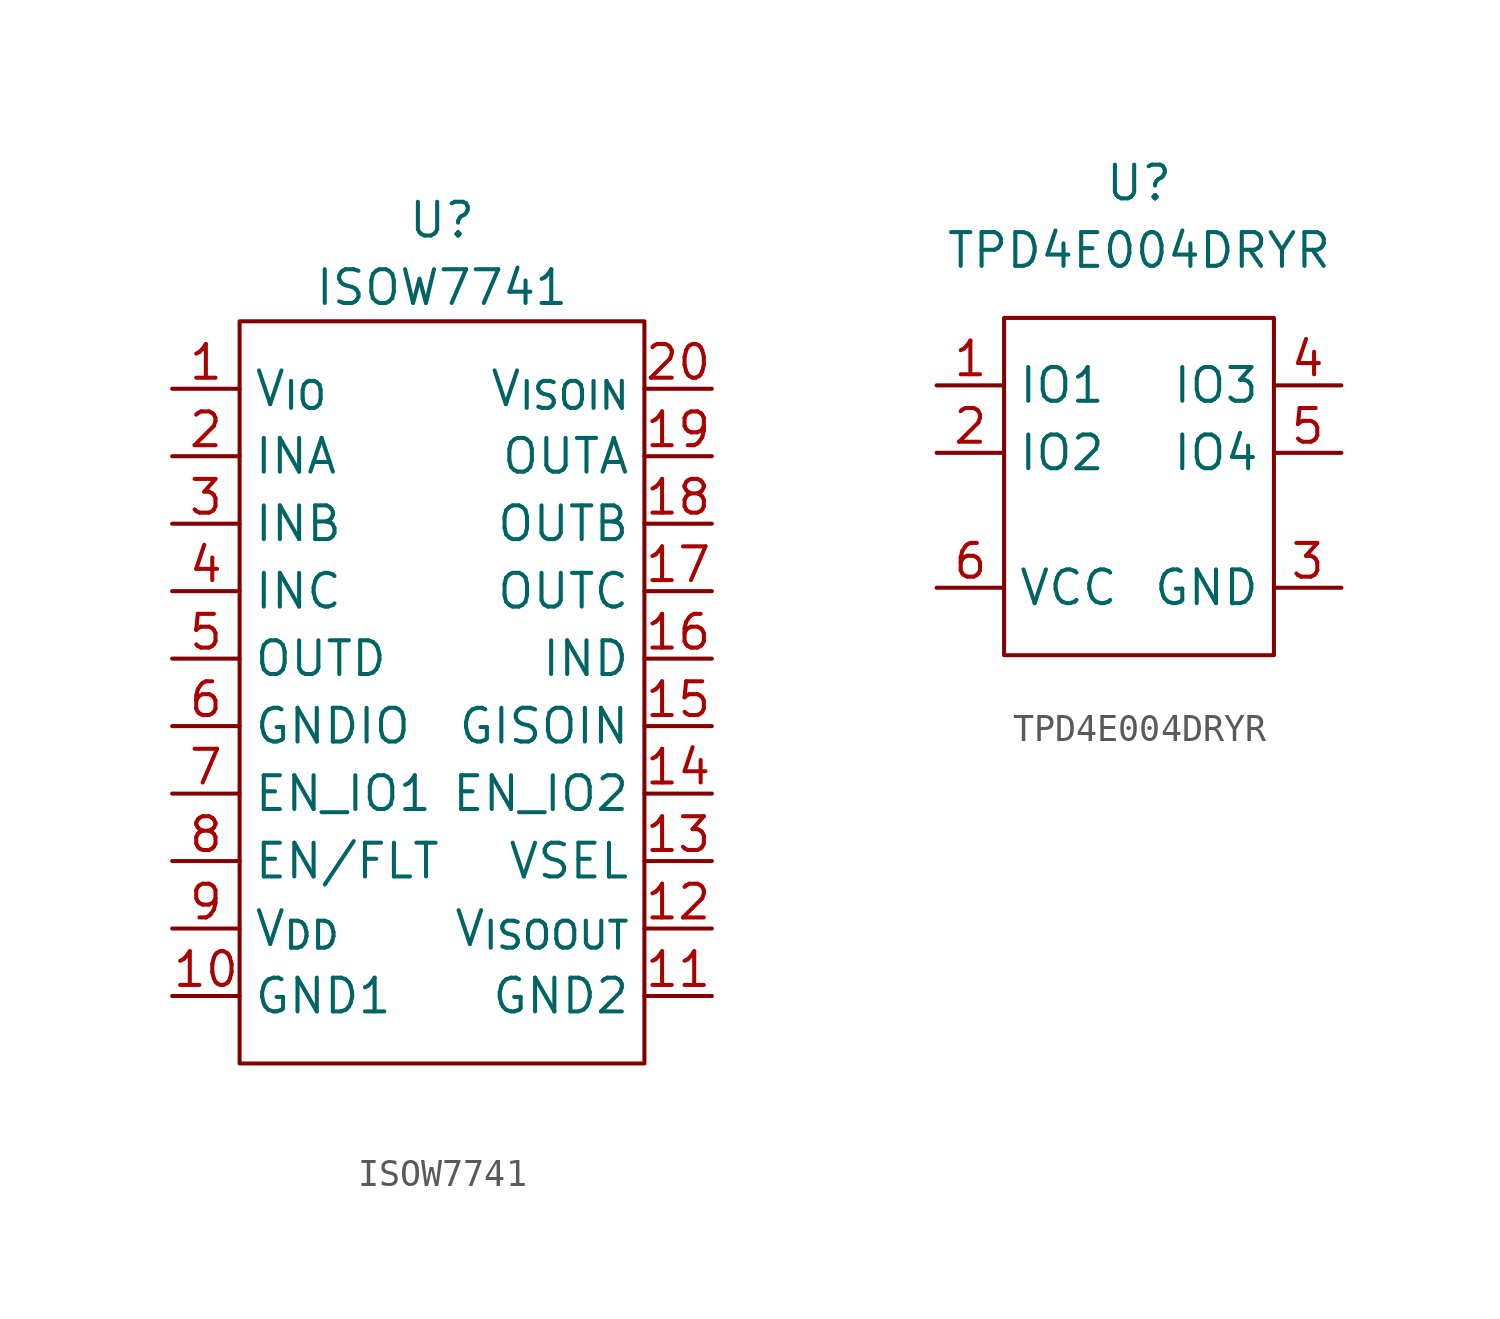
<source format=kicad_sym>
(kicad_symbol_lib
  (version 20211014)
  (generator kicad_symbol_editor)
  (symbol "ISOW7741"
    (property "Reference" "U"
      (at 0 19.05 0)
      (effects (font (size 1.27 1.27))))
    (property "Value" "ISOW7741"
      (at 0 16.51 0)
      (effects (font (size 1.27 1.27))))
    (symbol "ISOW7741_0_1"
      (rectangle (start -7.62 15.24) (end 7.62 -12.7) (stroke (width 0) (type default) (color 0 0 0 0)) (fill (type none))))
    (symbol "ISOW7741_1_1"
      (pin input line (at -10.16 12.7 0) (length 2.54) (name "V_{IO}" (effects (font (size 1.27 1.27)))) (number "1" (effects (font (size 1.27 1.27)))))
      (pin input line (at -10.16 -10.16 0) (length 2.54) (name "GND1" (effects (font (size 1.27 1.27)))) (number "10" (effects (font (size 1.27 1.27)))))
      (pin input line (at 10.16 -10.16 180) (length 2.54) (name "GND2" (effects (font (size 1.27 1.27)))) (number "11" (effects (font (size 1.27 1.27)))))
      (pin input line (at 10.16 -7.62 180) (length 2.54) (name "V_{ISOOUT}" (effects (font (size 1.27 1.27)))) (number "12" (effects (font (size 1.27 1.27)))))
      (pin input line (at 10.16 -5.08 180) (length 2.54) (name "VSEL" (effects (font (size 1.27 1.27)))) (number "13" (effects (font (size 1.27 1.27)))))
      (pin input line (at 10.16 -2.54 180) (length 2.54) (name "EN_IO2" (effects (font (size 1.27 1.27)))) (number "14" (effects (font (size 1.27 1.27)))))
      (pin input line (at 10.16 0 180) (length 2.54) (name "GISOIN" (effects (font (size 1.27 1.27)))) (number "15" (effects (font (size 1.27 1.27)))))
      (pin input line (at 10.16 2.54 180) (length 2.54) (name "IND" (effects (font (size 1.27 1.27)))) (number "16" (effects (font (size 1.27 1.27)))))
      (pin input line (at 10.16 5.08 180) (length 2.54) (name "OUTC" (effects (font (size 1.27 1.27)))) (number "17" (effects (font (size 1.27 1.27)))))
      (pin input line (at 10.16 7.62 180) (length 2.54) (name "OUTB" (effects (font (size 1.27 1.27)))) (number "18" (effects (font (size 1.27 1.27)))))
      (pin input line (at 10.16 10.16 180) (length 2.54) (name "OUTA" (effects (font (size 1.27 1.27)))) (number "19" (effects (font (size 1.27 1.27)))))
      (pin input line (at -10.16 10.16 0) (length 2.54) (name "INA" (effects (font (size 1.27 1.27)))) (number "2" (effects (font (size 1.27 1.27)))))
      (pin input line (at 10.16 12.7 180) (length 2.54) (name "V_{ISOIN}" (effects (font (size 1.27 1.27)))) (number "20" (effects (font (size 1.27 1.27)))))
      (pin input line (at -10.16 7.62 0) (length 2.54) (name "INB" (effects (font (size 1.27 1.27)))) (number "3" (effects (font (size 1.27 1.27)))))
      (pin input line (at -10.16 5.08 0) (length 2.54) (name "INC" (effects (font (size 1.27 1.27)))) (number "4" (effects (font (size 1.27 1.27)))))
      (pin input line (at -10.16 2.54 0) (length 2.54) (name "OUTD" (effects (font (size 1.27 1.27)))) (number "5" (effects (font (size 1.27 1.27)))))
      (pin input line (at -10.16 0 0) (length 2.54) (name "GNDIO" (effects (font (size 1.27 1.27)))) (number "6" (effects (font (size 1.27 1.27)))))
      (pin input line (at -10.16 -2.54 0) (length 2.54) (name "EN_IO1" (effects (font (size 1.27 1.27)))) (number "7" (effects (font (size 1.27 1.27)))))
      (pin input line (at -10.16 -5.08 0) (length 2.54) (name "EN/FLT" (effects (font (size 1.27 1.27)))) (number "8" (effects (font (size 1.27 1.27)))))
      (pin input line (at -10.16 -7.62 0) (length 2.54) (name "V_{DD}" (effects (font (size 1.27 1.27)))) (number "9" (effects (font (size 1.27 1.27)))))))
  (symbol "TPD4E004DRYR"
    (property "Reference" "U"
      (at 0 17.78 0)
      (effects (font (size 1.27 1.27))))
    (property "Value" "TPD4E004DRYR"
      (at 0 15.24 0)
      (effects (font (size 1.27 1.27))))
    (symbol "TPD4E004DRYR_0_1"
      (rectangle (start -5.08 12.7) (end 5.08 0) (stroke (width 0) (type default) (color 0 0 0 0)) (fill (type none))))
    (symbol "TPD4E004DRYR_1_1"
      (pin input line (at -7.62 10.16 0) (length 2.54) (name "IO1" (effects (font (size 1.27 1.27)))) (number "1" (effects (font (size 1.27 1.27)))))
      (pin input line (at -7.62 7.62 0) (length 2.54) (name "IO2" (effects (font (size 1.27 1.27)))) (number "2" (effects (font (size 1.27 1.27)))))
      (pin input line (at 7.62 2.54 180) (length 2.54) (name "GND" (effects (font (size 1.27 1.27)))) (number "3" (effects (font (size 1.27 1.27)))))
      (pin input line (at 7.62 10.16 180) (length 2.54) (name "IO3" (effects (font (size 1.27 1.27)))) (number "4" (effects (font (size 1.27 1.27)))))
      (pin input line (at 7.62 7.62 180) (length 2.54) (name "IO4" (effects (font (size 1.27 1.27)))) (number "5" (effects (font (size 1.27 1.27)))))
      (pin input line (at -7.62 2.54 0) (length 2.54) (name "VCC" (effects (font (size 1.27 1.27)))) (number "6" (effects (font (size 1.27 1.27))))))))
</source>
